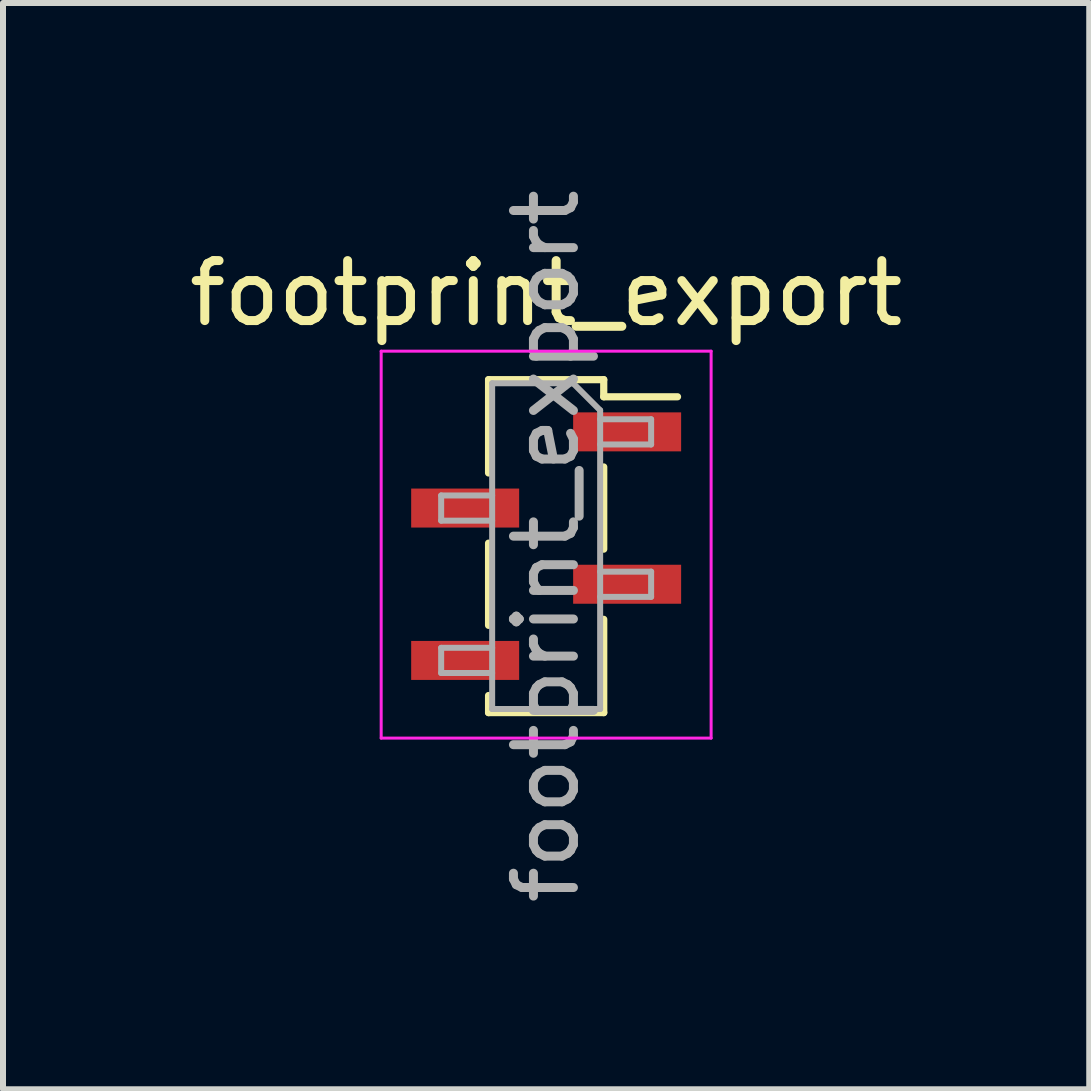
<source format=kicad_pcb>
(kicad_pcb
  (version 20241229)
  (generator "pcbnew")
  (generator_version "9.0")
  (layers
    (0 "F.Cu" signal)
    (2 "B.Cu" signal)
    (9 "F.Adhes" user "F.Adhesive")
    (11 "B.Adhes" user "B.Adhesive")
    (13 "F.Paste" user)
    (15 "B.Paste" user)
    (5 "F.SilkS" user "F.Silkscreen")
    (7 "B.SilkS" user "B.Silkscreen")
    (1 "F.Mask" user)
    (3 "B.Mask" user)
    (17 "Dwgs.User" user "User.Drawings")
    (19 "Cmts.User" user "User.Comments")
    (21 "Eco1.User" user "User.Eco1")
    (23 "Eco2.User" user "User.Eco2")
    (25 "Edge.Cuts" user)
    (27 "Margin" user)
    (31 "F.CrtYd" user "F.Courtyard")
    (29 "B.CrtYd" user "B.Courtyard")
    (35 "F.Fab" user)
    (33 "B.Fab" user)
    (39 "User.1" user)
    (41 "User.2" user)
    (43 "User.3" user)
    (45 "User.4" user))
  (footprint "footprint_export"
    (layer "F.Cu")
    (at 6.054 6.054)
    (property "Reference" "footprint_export" (at 0 -4.215 0) (layer "F.SilkS") (effects (font (size 1 1) (thickness 0.15))))
    (attr smd)
    (fp_line (start -0.96 -2.775) (end -0.96 -1.22) (stroke (width 0.12) (type solid)) (layer "F.SilkS"))
    (fp_line (start -0.96 -2.775) (end 0.96 -2.775) (stroke (width 0.12) (type solid)) (layer "F.SilkS"))
    (fp_line (start -0.96 -0.05) (end -0.96 1.32) (stroke (width 0.12) (type solid)) (layer "F.SilkS"))
    (fp_line (start -0.96 2.49) (end -0.96 2.775) (stroke (width 0.12) (type solid)) (layer "F.SilkS"))
    (fp_line (start -0.96 2.775) (end 0.96 2.775) (stroke (width 0.12) (type solid)) (layer "F.SilkS"))
    (fp_line (start 0.96 -2.775) (end 0.96 -2.49) (stroke (width 0.12) (type solid)) (layer "F.SilkS"))
    (fp_line (start 0.96 -2.49) (end 2.19 -2.49) (stroke (width 0.12) (type solid)) (layer "F.SilkS"))
    (fp_line (start 0.96 -1.32) (end 0.96 0.05) (stroke (width 0.12) (type solid)) (layer "F.SilkS"))
    (fp_line (start 0.96 1.22) (end 0.96 2.775) (stroke (width 0.12) (type solid)) (layer "F.SilkS"))
    (fp_line (start -2.75 -3.25) (end 2.75 -3.25) (stroke (width 0.05) (type solid)) (layer "F.CrtYd"))
    (fp_line (start -2.75 3.2) (end -2.75 -3.25) (stroke (width 0.05) (type solid)) (layer "F.CrtYd"))
    (fp_line (start 2.75 -3.25) (end 2.75 3.2) (stroke (width 0.05) (type solid)) (layer "F.CrtYd"))
    (fp_line (start 2.75 3.2) (end -2.75 3.2) (stroke (width 0.05) (type solid)) (layer "F.CrtYd"))
    (fp_line (start -1.75 -0.845) (end -0.9 -0.845) (stroke (width 0.1) (type solid)) (layer "F.Fab"))
    (fp_line (start -1.75 -0.425) (end -1.75 -0.845) (stroke (width 0.1) (type solid)) (layer "F.Fab"))
    (fp_line (start -1.75 1.695) (end -0.9 1.695) (stroke (width 0.1) (type solid)) (layer "F.Fab"))
    (fp_line (start -1.75 2.115) (end -1.75 1.695) (stroke (width 0.1) (type solid)) (layer "F.Fab"))
    (fp_line (start -0.9 -2.715) (end 0.45 -2.715) (stroke (width 0.1) (type solid)) (layer "F.Fab"))
    (fp_line (start -0.9 -0.425) (end -1.75 -0.425) (stroke (width 0.1) (type solid)) (layer "F.Fab"))
    (fp_line (start -0.9 2.115) (end -1.75 2.115) (stroke (width 0.1) (type solid)) (layer "F.Fab"))
    (fp_line (start -0.9 2.715) (end -0.9 -2.715) (stroke (width 0.1) (type solid)) (layer "F.Fab"))
    (fp_line (start 0.45 -2.715) (end 0.9 -2.265) (stroke (width 0.1) (type solid)) (layer "F.Fab"))
    (fp_line (start 0.9 -2.265) (end 0.9 2.715) (stroke (width 0.1) (type solid)) (layer "F.Fab"))
    (fp_line (start 0.9 -2.115) (end 1.75 -2.115) (stroke (width 0.1) (type solid)) (layer "F.Fab"))
    (fp_line (start 0.9 0.425) (end 1.75 0.425) (stroke (width 0.1) (type solid)) (layer "F.Fab"))
    (fp_line (start 0.9 2.715) (end -0.9 2.715) (stroke (width 0.1) (type solid)) (layer "F.Fab"))
    (fp_line (start 1.75 -2.115) (end 1.75 -1.695) (stroke (width 0.1) (type solid)) (layer "F.Fab"))
    (fp_line (start 1.75 -1.695) (end 0.9 -1.695) (stroke (width 0.1) (type solid)) (layer "F.Fab"))
    (fp_line (start 1.75 0.425) (end 1.75 0.845) (stroke (width 0.1) (type solid)) (layer "F.Fab"))
    (fp_line (start 1.75 0.845) (end 0.9 0.845) (stroke (width 0.1) (type solid)) (layer "F.Fab"))
    (fp_text user "${REFERENCE}" (at 0 0 90) (layer "F.Fab") (effects (font (size 1 1) (thickness 0.15))))
    (pad "1" smd rect (at 1.35 -1.905) (size 1.8 0.65) (layers "F.Cu" "F.Mask" "F.Paste"))
    (pad "2" smd rect (at -1.35 -0.635) (size 1.8 0.65) (layers "F.Cu" "F.Mask" "F.Paste"))
    (pad "3" smd rect (at 1.35 0.635) (size 1.8 0.65) (layers "F.Cu" "F.Mask" "F.Paste"))
    (pad "4" smd rect (at -1.35 1.905) (size 1.8 0.65) (layers "F.Cu" "F.Mask" "F.Paste")))
  (gr_rect
    (start -3 -3)
    (end 15.107 15.107)
    (stroke (width 0.1) (type default))
    (fill no)
    (layer "Edge.Cuts")))
</source>
